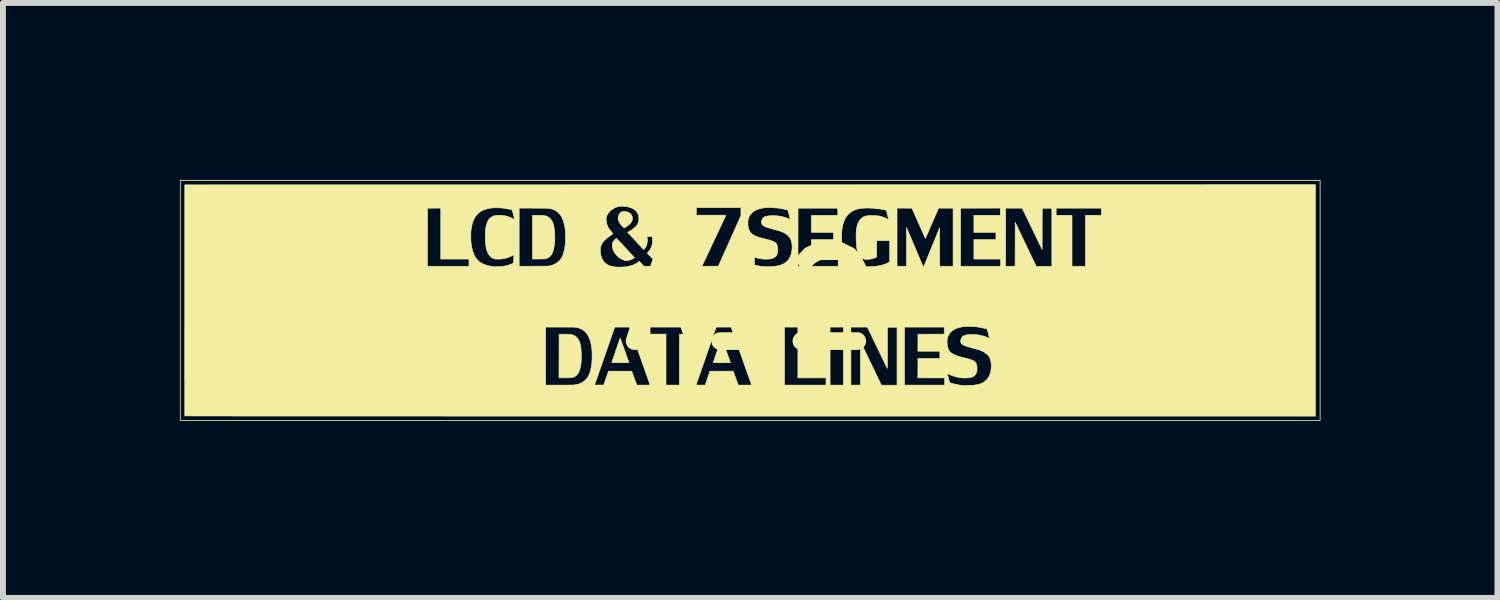
<source format=kicad_pcb>
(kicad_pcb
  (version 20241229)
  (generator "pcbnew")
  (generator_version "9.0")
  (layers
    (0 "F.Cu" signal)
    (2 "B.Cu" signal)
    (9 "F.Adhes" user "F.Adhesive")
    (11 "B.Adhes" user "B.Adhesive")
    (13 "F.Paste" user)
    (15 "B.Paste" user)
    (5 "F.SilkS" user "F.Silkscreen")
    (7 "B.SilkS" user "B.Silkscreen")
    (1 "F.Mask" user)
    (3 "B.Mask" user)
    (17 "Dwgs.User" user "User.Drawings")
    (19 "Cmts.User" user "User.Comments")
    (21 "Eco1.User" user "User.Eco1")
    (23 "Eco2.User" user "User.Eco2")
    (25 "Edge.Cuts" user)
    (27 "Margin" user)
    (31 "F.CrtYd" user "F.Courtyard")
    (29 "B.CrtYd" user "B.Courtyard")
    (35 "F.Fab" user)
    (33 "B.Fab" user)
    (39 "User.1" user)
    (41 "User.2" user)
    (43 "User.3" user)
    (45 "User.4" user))
  (footprint "A12"
    (layer "F.Cu")
    (at 9.666 2.042)
    (property "Reference" "A12" (at 0 0 0) (layer "F.SilkS") (effects (font (size 1.524 1.524) (thickness 0.3))))
    (attr through_hole)
    (fp_poly (pts (xy 9.661 2.037) (xy -9.661 2.037) (xy -9.661 -2.034) (xy -9.659 -2.034) (xy -9.659 2.034) (xy 9.659 2.034) (xy 9.659 -2.034) (xy -9.659 -2.034) (xy -9.661 -2.034) (xy -9.661 -2.037) (xy 9.661 -2.037) (xy 9.661 2.037)) (stroke (width 0.01) (type solid)) (fill yes) (layer "F.SilkS"))
    (fp_poly (pts (xy -2.132 -1.507) (xy -2.113 -1.505) (xy -2.094 -1.502) (xy -2.077 -1.497) (xy -2.064 -1.492) (xy -2.043 -1.48) (xy -2.025 -1.465) (xy -2.012 -1.447) (xy -2.002 -1.427) (xy -1.997 -1.405) (xy -1.996 -1.392) (xy -1.998 -1.37) (xy -2.003 -1.35) (xy -2.012 -1.331) (xy -2.026 -1.313) (xy -2.038 -1.299) (xy -2.049 -1.289) (xy -2.061 -1.278) (xy -2.075 -1.268) (xy -2.089 -1.257) (xy -2.103 -1.248) (xy -2.115 -1.24) (xy -2.126 -1.234) (xy -2.135 -1.23) (xy -2.139 -1.229) (xy -2.142 -1.231) (xy -2.148 -1.236) (xy -2.155 -1.244) (xy -2.164 -1.253) (xy -2.169 -1.259) (xy -2.179 -1.271) (xy -2.189 -1.282) (xy -2.197 -1.292) (xy -2.204 -1.299) (xy -2.205 -1.302) (xy -2.217 -1.32) (xy -2.227 -1.34) (xy -2.234 -1.361) (xy -2.238 -1.381) (xy -2.239 -1.399) (xy -2.239 -1.402) (xy -2.234 -1.425) (xy -2.227 -1.446) (xy -2.216 -1.466) (xy -2.203 -1.482) (xy -2.188 -1.495) (xy -2.177 -1.502) (xy -2.165 -1.506) (xy -2.15 -1.507) (xy -2.132 -1.507)) (stroke (width 0.01) (type solid)) (fill yes) (layer "F.SilkS"))
    (fp_poly (pts (xy -3.103 0.573) (xy -3.074 0.574) (xy -3.049 0.577) (xy -3.027 0.58) (xy -3.008 0.585) (xy -2.991 0.591) (xy -2.977 0.598) (xy -2.963 0.607) (xy -2.951 0.617) (xy -2.95 0.618) (xy -2.932 0.636) (xy -2.916 0.659) (xy -2.902 0.683) (xy -2.89 0.709) (xy -2.883 0.731) (xy -2.878 0.754) (xy -2.873 0.781) (xy -2.869 0.811) (xy -2.866 0.844) (xy -2.864 0.878) (xy -2.863 0.914) (xy -2.862 0.943) (xy -2.863 0.982) (xy -2.864 1.018) (xy -2.866 1.05) (xy -2.87 1.081) (xy -2.873 1.1) (xy -2.88 1.139) (xy -2.889 1.173) (xy -2.9 1.203) (xy -2.912 1.229) (xy -2.927 1.251) (xy -2.943 1.269) (xy -2.962 1.284) (xy -2.977 1.292) (xy -2.986 1.297) (xy -2.994 1.3) (xy -3.002 1.303) (xy -3.01 1.306) (xy -3.019 1.308) (xy -3.029 1.309) (xy -3.041 1.31) (xy -3.055 1.311) (xy -3.072 1.311) (xy -3.093 1.312) (xy -3.118 1.312) (xy -3.136 1.312) (xy -3.241 1.313) (xy -3.24 0.943) (xy -3.239 0.573) (xy -3.173 0.572) (xy -3.136 0.572) (xy -3.103 0.573)) (stroke (width 0.01) (type solid)) (fill yes) (layer "F.SilkS"))
    (fp_poly (pts (xy -3.596 -1.442) (xy -3.567 -1.441) (xy -3.543 -1.441) (xy -3.523 -1.44) (xy -3.507 -1.439) (xy -3.493 -1.438) (xy -3.48 -1.436) (xy -3.47 -1.433) (xy -3.46 -1.43) (xy -3.45 -1.427) (xy -3.44 -1.422) (xy -3.434 -1.419) (xy -3.413 -1.406) (xy -3.392 -1.389) (xy -3.374 -1.367) (xy -3.358 -1.343) (xy -3.345 -1.315) (xy -3.334 -1.285) (xy -3.334 -1.285) (xy -3.329 -1.265) (xy -3.325 -1.24) (xy -3.321 -1.212) (xy -3.318 -1.182) (xy -3.315 -1.15) (xy -3.313 -1.116) (xy -3.312 -1.083) (xy -3.312 -1.05) (xy -3.313 -1.019) (xy -3.314 -1.002) (xy -3.318 -0.954) (xy -3.324 -0.912) (xy -3.331 -0.873) (xy -3.34 -0.84) (xy -3.351 -0.81) (xy -3.363 -0.784) (xy -3.378 -0.763) (xy -3.394 -0.745) (xy -3.413 -0.73) (xy -3.424 -0.724) (xy -3.433 -0.719) (xy -3.442 -0.715) (xy -3.45 -0.712) (xy -3.459 -0.709) (xy -3.468 -0.707) (xy -3.479 -0.705) (xy -3.492 -0.704) (xy -3.507 -0.703) (xy -3.526 -0.702) (xy -3.548 -0.702) (xy -3.574 -0.702) (xy -3.587 -0.702) (xy -3.69 -0.701) (xy -3.69 -1.443) (xy -3.596 -1.442)) (stroke (width 0.01) (type solid)) (fill yes) (layer "F.SilkS"))
    (fp_poly (pts (xy -2.259 -1.046) (xy -2.257 -1.043) (xy -2.251 -1.037) (xy -2.243 -1.027) (xy -2.231 -1.015) (xy -2.217 -1) (xy -2.202 -0.983) (xy -2.184 -0.964) (xy -2.164 -0.943) (xy -2.144 -0.921) (xy -2.122 -0.897) (xy -2.108 -0.883) (xy -2.086 -0.859) (xy -2.065 -0.836) (xy -2.045 -0.815) (xy -2.026 -0.795) (xy -2.01 -0.777) (xy -1.995 -0.761) (xy -1.983 -0.748) (xy -1.973 -0.737) (xy -1.966 -0.729) (xy -1.962 -0.725) (xy -1.961 -0.724) (xy -1.963 -0.722) (xy -1.969 -0.719) (xy -1.977 -0.714) (xy -1.988 -0.708) (xy -1.993 -0.705) (xy -2.016 -0.694) (xy -2.036 -0.686) (xy -2.056 -0.681) (xy -2.076 -0.678) (xy -2.09 -0.677) (xy -2.103 -0.676) (xy -2.113 -0.677) (xy -2.123 -0.678) (xy -2.134 -0.681) (xy -2.136 -0.682) (xy -2.17 -0.695) (xy -2.203 -0.713) (xy -2.233 -0.734) (xy -2.254 -0.753) (xy -2.278 -0.78) (xy -2.299 -0.808) (xy -2.315 -0.837) (xy -2.327 -0.867) (xy -2.335 -0.897) (xy -2.338 -0.926) (xy -2.337 -0.951) (xy -2.331 -0.975) (xy -2.321 -0.997) (xy -2.306 -1.018) (xy -2.288 -1.036) (xy -2.277 -1.044) (xy -2.265 -1.052) (xy -2.259 -1.046)) (stroke (width 0.01) (type solid)) (fill yes) (layer "F.SilkS"))
    (fp_poly (pts (xy -2.204 0.642) (xy -2.203 0.644) (xy -2.201 0.648) (xy -2.199 0.655) (xy -2.195 0.665) (xy -2.191 0.676) (xy -2.185 0.691) (xy -2.179 0.709) (xy -2.171 0.73) (xy -2.162 0.754) (xy -2.152 0.782) (xy -2.141 0.813) (xy -2.128 0.848) (xy -2.114 0.888) (xy -2.099 0.931) (xy -2.082 0.979) (xy -2.063 1.031) (xy -2.055 1.054) (xy -2.057 1.055) (xy -2.065 1.055) (xy -2.076 1.056) (xy -2.092 1.056) (xy -2.112 1.056) (xy -2.136 1.056) (xy -2.164 1.056) (xy -2.195 1.057) (xy -2.2 1.057) (xy -2.23 1.056) (xy -2.257 1.056) (xy -2.282 1.056) (xy -2.302 1.056) (xy -2.32 1.056) (xy -2.333 1.055) (xy -2.342 1.055) (xy -2.346 1.054) (xy -2.347 1.054) (xy -2.346 1.052) (xy -2.344 1.044) (xy -2.34 1.033) (xy -2.335 1.019) (xy -2.329 1.001) (xy -2.322 0.981) (xy -2.314 0.958) (xy -2.306 0.934) (xy -2.297 0.908) (xy -2.288 0.882) (xy -2.279 0.854) (xy -2.27 0.827) (xy -2.26 0.8) (xy -2.251 0.774) (xy -2.243 0.749) (xy -2.234 0.725) (xy -2.227 0.704) (xy -2.22 0.685) (xy -2.215 0.669) (xy -2.21 0.656) (xy -2.207 0.647) (xy -2.205 0.642) (xy -2.205 0.641) (xy -2.204 0.642)) (stroke (width 0.01) (type solid)) (fill yes) (layer "F.SilkS"))
    (fp_poly (pts (xy -0.482 0.643) (xy -0.481 0.644) (xy -0.48 0.648) (xy -0.477 0.656) (xy -0.472 0.668) (xy -0.467 0.684) (xy -0.46 0.702) (xy -0.453 0.723) (xy -0.444 0.746) (xy -0.436 0.771) (xy -0.426 0.797) (xy -0.417 0.823) (xy -0.407 0.851) (xy -0.398 0.878) (xy -0.388 0.904) (xy -0.379 0.93) (xy -0.37 0.955) (xy -0.362 0.978) (xy -0.355 0.998) (xy -0.349 1.016) (xy -0.343 1.032) (xy -0.339 1.043) (xy -0.336 1.051) (xy -0.335 1.055) (xy -0.335 1.055) (xy -0.338 1.055) (xy -0.345 1.055) (xy -0.356 1.056) (xy -0.371 1.056) (xy -0.389 1.056) (xy -0.411 1.056) (xy -0.434 1.056) (xy -0.46 1.057) (xy -0.482 1.057) (xy -0.514 1.057) (xy -0.541 1.056) (xy -0.564 1.056) (xy -0.583 1.056) (xy -0.598 1.056) (xy -0.609 1.056) (xy -0.617 1.055) (xy -0.623 1.055) (xy -0.626 1.054) (xy -0.627 1.053) (xy -0.627 1.053) (xy -0.626 1.051) (xy -0.623 1.043) (xy -0.619 1.032) (xy -0.614 1.017) (xy -0.608 0.998) (xy -0.6 0.977) (xy -0.592 0.952) (xy -0.583 0.926) (xy -0.573 0.897) (xy -0.563 0.867) (xy -0.555 0.843) (xy -0.542 0.807) (xy -0.531 0.775) (xy -0.522 0.748) (xy -0.514 0.724) (xy -0.507 0.704) (xy -0.501 0.688) (xy -0.496 0.674) (xy -0.492 0.664) (xy -0.489 0.656) (xy -0.487 0.65) (xy -0.485 0.646) (xy -0.483 0.644) (xy -0.482 0.643) (xy -0.482 0.643)) (stroke (width 0.01) (type solid)) (fill yes) (layer "F.SilkS"))
    (fp_poly (pts (xy 9.582 1.961) (xy -0.000079 1.961) (xy -0.277 1.961) (xy -0.548 1.961) (xy -0.815 1.961) (xy -1.076 1.961) (xy -1.333 1.961) (xy -1.585 1.961) (xy -1.832 1.961) (xy -2.074 1.961) (xy -2.311 1.961) (xy -2.544 1.961) (xy -2.772 1.961) (xy -2.995 1.961) (xy -3.214 1.961) (xy -3.429 1.961) (xy -3.638 1.961) (xy -3.844 1.961) (xy -4.044 1.961) (xy -4.241 1.961) (xy -4.433 1.961) (xy -4.621 1.961) (xy -4.805 1.961) (xy -4.984 1.961) (xy -5.159 1.961) (xy -5.33 1.96) (xy -5.497 1.96) (xy -5.66 1.96) (xy -5.819 1.96) (xy -5.974 1.96) (xy -6.125 1.96) (xy -6.272 1.96) (xy -6.415 1.96) (xy -6.555 1.96) (xy -6.691 1.96) (xy -6.823 1.96) (xy -6.951 1.96) (xy -7.076 1.96) (xy -7.197 1.96) (xy -7.314 1.96) (xy -7.428 1.96) (xy -7.539 1.96) (xy -7.646 1.96) (xy -7.749 1.96) (xy -7.85 1.96) (xy -7.947 1.96) (xy -8.041 1.96) (xy -8.131 1.96) (xy -8.218 1.96) (xy -8.302 1.96) (xy -8.384 1.96) (xy -8.462 1.96) (xy -8.537 1.96) (xy -8.608 1.96) (xy -8.678 1.96) (xy -8.744 1.96) (xy -8.807 1.959) (xy -8.867 1.959) (xy -8.925 1.959) (xy -8.98 1.959) (xy -9.032 1.959) (xy -9.082 1.959) (xy -9.129 1.959) (xy -9.173 1.959) (xy -9.215 1.959) (xy -9.254 1.959) (xy -9.291 1.959) (xy -9.326 1.959) (xy -9.358 1.959) (xy -9.388 1.959) (xy -9.415 1.959) (xy -9.441 1.959) (xy -9.464 1.958) (xy -9.485 1.958) (xy -9.503 1.958) (xy -9.52 1.958) (xy -9.535 1.958) (xy -9.547 1.958) (xy -9.558 1.958) (xy -9.567 1.958) (xy -9.574 1.958) (xy -9.579 1.958) (xy -9.582 1.958) (xy -9.584 1.958) (xy -9.584 1.958) (xy -9.584 1.955) (xy -9.584 1.947) (xy -9.584 1.935) (xy -9.584 1.918) (xy -9.584 1.896) (xy -9.584 1.87) (xy -9.584 1.839) (xy -9.584 1.804) (xy -9.584 1.765) (xy -9.584 1.722) (xy -9.584 1.676) (xy -9.584 1.625) (xy -9.584 1.571) (xy -9.584 1.514) (xy -9.584 1.453) (xy -9.584 1.389) (xy -9.585 1.321) (xy -9.585 1.251) (xy -9.585 1.178) (xy -9.585 1.102) (xy -9.585 1.024) (xy -9.585 0.943) (xy -9.585 0.859) (xy -9.585 0.774) (xy -9.585 0.686) (xy -9.585 0.596) (xy -9.585 0.504) (xy -9.584 0.452) (xy -3.467 0.452) (xy -3.467 1.435) (xy -3.231 1.435) (xy -3.189 1.435) (xy -3.152 1.435) (xy -3.119 1.435) (xy -3.091 1.435) (xy -3.066 1.434) (xy -3.045 1.434) (xy -3.027 1.434) (xy -3.011 1.434) (xy -2.999 1.433) (xy -2.991 1.433) (xy -2.638 1.433) (xy -2.636 1.433) (xy -2.629 1.434) (xy -2.619 1.434) (xy -2.605 1.434) (xy -2.588 1.434) (xy -2.57 1.434) (xy -2.561 1.434) (xy -2.483 1.434) (xy -2.442 1.316) (xy -2.402 1.199) (xy -2.205 1.199) (xy -2.008 1.2) (xy -1.976 1.289) (xy -1.968 1.311) (xy -1.96 1.332) (xy -1.952 1.352) (xy -1.946 1.371) (xy -1.94 1.386) (xy -1.935 1.399) (xy -1.932 1.406) (xy -1.922 1.435) (xy -1.809 1.435) (xy -1.781 1.435) (xy -1.758 1.435) (xy -1.739 1.435) (xy -1.724 1.434) (xy -1.713 1.434) (xy -1.705 1.434) (xy -1.7 1.433) (xy -1.698 1.432) (xy -1.697 1.432) (xy -1.698 1.429) (xy -1.701 1.422) (xy -1.705 1.41) (xy -1.71 1.395) (xy -1.717 1.375) (xy -1.725 1.352) (xy -1.735 1.325) (xy -1.745 1.295) (xy -1.757 1.262) (xy -1.77 1.227) (xy -1.783 1.189) (xy -1.797 1.148) (xy -1.812 1.106) (xy -1.828 1.062) (xy -1.844 1.016) (xy -1.861 0.968) (xy -1.871 0.94) (xy -2.043 0.452) (xy -2.169 0.452) (xy -2.198 0.452) (xy -2.222 0.452) (xy -2.242 0.452) (xy -2.257 0.452) (xy -2.27 0.453) (xy -2.279 0.453) (xy -2.286 0.453) (xy -2.291 0.454) (xy -2.294 0.454) (xy -2.296 0.455) (xy -2.297 0.456) (xy -2.297 0.457) (xy -2.298 0.459) (xy -2.301 0.467) (xy -2.305 0.478) (xy -2.31 0.494) (xy -2.317 0.514) (xy -2.325 0.537) (xy -2.335 0.564) (xy -2.345 0.594) (xy -2.357 0.627) (xy -2.369 0.663) (xy -2.382 0.701) (xy -2.396 0.741) (xy -2.411 0.784) (xy -2.427 0.828) (xy -2.443 0.874) (xy -2.459 0.922) (xy -2.468 0.946) (xy -2.484 0.994) (xy -2.501 1.04) (xy -2.516 1.086) (xy -2.531 1.129) (xy -2.546 1.17) (xy -2.56 1.21) (xy -2.573 1.247) (xy -2.584 1.281) (xy -2.595 1.312) (xy -2.605 1.34) (xy -2.614 1.365) (xy -2.622 1.387) (xy -2.628 1.404) (xy -2.632 1.418) (xy -2.636 1.427) (xy -2.638 1.432) (xy -2.638 1.433) (xy -2.991 1.433) (xy -2.988 1.433) (xy -2.98 1.432) (xy -2.973 1.432) (xy -2.968 1.431) (xy -2.93 1.424) (xy -2.896 1.414) (xy -2.864 1.401) (xy -2.837 1.385) (xy -2.812 1.366) (xy -2.789 1.346) (xy -2.77 1.324) (xy -2.752 1.3) (xy -2.737 1.273) (xy -2.724 1.244) (xy -2.712 1.21) (xy -2.703 1.173) (xy -2.694 1.132) (xy -2.687 1.087) (xy -2.686 1.075) (xy -2.684 1.06) (xy -2.683 1.042) (xy -2.682 1.02) (xy -2.681 0.996) (xy -2.68 0.97) (xy -2.68 0.945) (xy -2.68 0.919) (xy -2.68 0.896) (xy -2.681 0.875) (xy -2.681 0.857) (xy -2.682 0.853) (xy -2.687 0.802) (xy -2.694 0.754) (xy -2.704 0.71) (xy -2.716 0.67) (xy -2.731 0.632) (xy -2.742 0.609) (xy -2.761 0.575) (xy -2.783 0.546) (xy -2.808 0.521) (xy -2.836 0.5) (xy -2.868 0.483) (xy -2.902 0.469) (xy -2.94 0.459) (xy -2.96 0.456) (xy -2.965 0.455) (xy -2.971 0.455) (xy -2.978 0.454) (xy -2.987 0.454) (xy -2.998 0.453) (xy -3.01 0.453) (xy -3.026 0.453) (xy -3.044 0.453) (xy -3.065 0.452) (xy -3.09 0.452) (xy -3.119 0.452) (xy -3.152 0.452) (xy -3.189 0.452) (xy -3.226 0.452) (xy -1.697 0.452) (xy -1.697 0.571) (xy -1.427 0.571) (xy -1.427 1.435) (xy -1.201 1.435) (xy -1.201 1.432) (xy -0.916 1.432) (xy -0.916 1.433) (xy -0.913 1.433) (xy -0.909 1.434) (xy -0.901 1.434) (xy -0.89 1.435) (xy -0.875 1.435) (xy -0.856 1.435) (xy -0.84 1.435) (xy -0.763 1.435) (xy -0.722 1.317) (xy -0.682 1.2) (xy -0.485 1.199) (xy -0.288 1.199) (xy -0.245 1.317) (xy -0.202 1.435) (xy -0.089 1.435) (xy -0.062 1.435) (xy -0.04 1.435) (xy -0.022 1.435) (xy -0.008 1.435) (xy 0.003 1.434) (xy 0.011 1.434) (xy 0.016 1.434) (xy 0.02 1.433) (xy 0.022 1.432) (xy 0.022 1.431) (xy 0.022 1.431) (xy 0.021 1.428) (xy 0.019 1.42) (xy 0.015 1.409) (xy 0.009 1.393) (xy 0.002 1.373) (xy -0.006 1.35) (xy -0.015 1.323) (xy -0.026 1.293) (xy -0.038 1.261) (xy -0.05 1.225) (xy -0.063 1.187) (xy -0.078 1.147) (xy -0.093 1.105) (xy -0.108 1.061) (xy -0.124 1.015) (xy -0.141 0.968) (xy -0.146 0.954) (xy -0.163 0.906) (xy -0.179 0.86) (xy -0.195 0.815) (xy -0.21 0.772) (xy -0.225 0.731) (xy -0.239 0.691) (xy -0.252 0.654) (xy -0.264 0.62) (xy -0.275 0.589) (xy -0.285 0.56) (xy -0.294 0.535) (xy -0.302 0.513) (xy -0.308 0.496) (xy -0.313 0.482) (xy -0.316 0.472) (xy -0.318 0.467) (xy -0.318 0.467) (xy -0.323 0.452) (xy 0.582 0.452) (xy 0.582 1.435) (xy 1.285 1.435) (xy 1.285 1.313) (xy 0.808 1.313) (xy 0.808 0.452) (xy 1.354 0.452) (xy 1.354 1.435) (xy 1.58 1.435) (xy 1.58 0.452) (xy 1.707 0.452) (xy 1.707 1.435) (xy 1.867 1.435) (xy 1.867 1.065) (xy 1.868 0.694) (xy 2.046 1.066) (xy 2.224 1.437) (xy 2.489 1.437) (xy 2.489 0.455) (xy 2.326 0.455) (xy 2.326 0.804) (xy 2.326 0.853) (xy 2.326 0.899) (xy 2.326 0.942) (xy 2.326 0.981) (xy 2.326 1.017) (xy 2.326 1.049) (xy 2.326 1.077) (xy 2.325 1.1) (xy 2.325 1.12) (xy 2.325 1.135) (xy 2.325 1.145) (xy 2.324 1.151) (xy 2.324 1.152) (xy 2.323 1.149) (xy 2.319 1.142) (xy 2.314 1.131) (xy 2.307 1.117) (xy 2.298 1.098) (xy 2.287 1.077) (xy 2.275 1.052) (xy 2.262 1.025) (xy 2.247 0.995) (xy 2.232 0.963) (xy 2.215 0.929) (xy 2.198 0.893) (xy 2.18 0.855) (xy 2.162 0.818) (xy 2.143 0.779) (xy 2.125 0.741) (xy 2.107 0.705) (xy 2.09 0.67) (xy 2.074 0.637) (xy 2.06 0.606) (xy 2.046 0.577) (xy 2.033 0.552) (xy 2.022 0.529) (xy 2.013 0.509) (xy 2.005 0.493) (xy 1.999 0.481) (xy 1.995 0.473) (xy 1.993 0.469) (xy 1.985 0.452) (xy 2.616 0.452) (xy 2.616 1.435) (xy 3.297 1.435) (xy 3.295 1.314) (xy 3.069 1.314) (xy 2.842 1.313) (xy 2.843 1.149) (xy 2.843 0.984) (xy 3.029 0.984) (xy 3.215 0.983) (xy 3.215 0.861) (xy 2.842 0.861) (xy 2.843 0.717) (xy 2.843 0.715) (xy 3.337 0.715) (xy 3.338 0.727) (xy 3.341 0.76) (xy 3.346 0.788) (xy 3.354 0.814) (xy 3.364 0.837) (xy 3.374 0.854) (xy 3.388 0.871) (xy 3.404 0.886) (xy 3.424 0.901) (xy 3.449 0.915) (xy 3.459 0.92) (xy 3.473 0.926) (xy 3.488 0.932) (xy 3.504 0.938) (xy 3.521 0.944) (xy 3.54 0.95) (xy 3.562 0.956) (xy 3.588 0.963) (xy 3.617 0.97) (xy 3.646 0.977) (xy 3.674 0.984) (xy 3.702 0.992) (xy 3.729 1) (xy 3.753 1.009) (xy 3.773 1.017) (xy 3.776 1.019) (xy 3.796 1.03) (xy 3.812 1.044) (xy 3.825 1.06) (xy 3.834 1.079) (xy 3.841 1.101) (xy 3.844 1.127) (xy 3.845 1.157) (xy 3.844 1.161) (xy 3.844 1.177) (xy 3.843 1.189) (xy 3.842 1.199) (xy 3.84 1.208) (xy 3.837 1.218) (xy 3.837 1.218) (xy 3.828 1.24) (xy 3.817 1.258) (xy 3.804 1.273) (xy 3.787 1.286) (xy 3.768 1.296) (xy 3.744 1.304) (xy 3.716 1.31) (xy 3.693 1.313) (xy 3.675 1.315) (xy 3.654 1.315) (xy 3.63 1.315) (xy 3.606 1.314) (xy 3.583 1.312) (xy 3.562 1.31) (xy 3.558 1.309) (xy 3.528 1.304) (xy 3.495 1.296) (xy 3.46 1.286) (xy 3.426 1.275) (xy 3.393 1.263) (xy 3.376 1.255) (xy 3.364 1.251) (xy 3.354 1.247) (xy 3.347 1.244) (xy 3.343 1.243) (xy 3.343 1.243) (xy 3.343 1.246) (xy 3.345 1.253) (xy 3.347 1.263) (xy 3.35 1.276) (xy 3.354 1.291) (xy 3.358 1.307) (xy 3.362 1.323) (xy 3.366 1.34) (xy 3.37 1.355) (xy 3.374 1.368) (xy 3.377 1.379) (xy 3.38 1.387) (xy 3.381 1.391) (xy 3.381 1.391) (xy 3.387 1.394) (xy 3.397 1.399) (xy 3.41 1.403) (xy 3.427 1.408) (xy 3.446 1.413) (xy 3.466 1.418) (xy 3.488 1.423) (xy 3.509 1.427) (xy 3.53 1.431) (xy 3.55 1.435) (xy 3.568 1.437) (xy 3.572 1.437) (xy 3.585 1.439) (xy 3.596 1.44) (xy 3.605 1.441) (xy 3.609 1.441) (xy 3.617 1.442) (xy 3.63 1.442) (xy 3.646 1.442) (xy 3.664 1.442) (xy 3.684 1.442) (xy 3.705 1.441) (xy 3.726 1.44) (xy 3.746 1.44) (xy 3.764 1.439) (xy 3.779 1.438) (xy 3.791 1.437) (xy 3.796 1.436) (xy 3.836 1.43) (xy 3.872 1.421) (xy 3.904 1.412) (xy 3.932 1.4) (xy 3.957 1.386) (xy 3.98 1.37) (xy 4 1.352) (xy 4.005 1.347) (xy 4.028 1.32) (xy 4.047 1.29) (xy 4.062 1.257) (xy 4.073 1.222) (xy 4.081 1.183) (xy 4.085 1.142) (xy 4.086 1.096) (xy 4.086 1.092) (xy 4.083 1.056) (xy 4.078 1.024) (xy 4.07 0.996) (xy 4.059 0.97) (xy 4.045 0.947) (xy 4.027 0.925) (xy 4.004 0.905) (xy 3.979 0.887) (xy 3.959 0.874) (xy 3.94 0.864) (xy 3.921 0.854) (xy 3.9 0.846) (xy 3.877 0.838) (xy 3.851 0.83) (xy 3.821 0.822) (xy 3.819 0.822) (xy 3.796 0.816) (xy 3.772 0.809) (xy 3.747 0.802) (xy 3.723 0.795) (xy 3.699 0.788) (xy 3.677 0.781) (xy 3.658 0.774) (xy 3.641 0.769) (xy 3.628 0.764) (xy 3.621 0.761) (xy 3.601 0.75) (xy 3.586 0.738) (xy 3.576 0.724) (xy 3.569 0.709) (xy 3.568 0.691) (xy 3.569 0.674) (xy 3.575 0.651) (xy 3.585 0.631) (xy 3.597 0.615) (xy 3.612 0.603) (xy 3.621 0.598) (xy 3.634 0.594) (xy 3.65 0.589) (xy 3.667 0.585) (xy 3.672 0.584) (xy 3.69 0.582) (xy 3.712 0.58) (xy 3.737 0.579) (xy 3.763 0.579) (xy 3.79 0.579) (xy 3.817 0.58) (xy 3.843 0.582) (xy 3.867 0.585) (xy 3.869 0.585) (xy 3.903 0.592) (xy 3.938 0.6) (xy 3.972 0.61) (xy 4.003 0.621) (xy 4.03 0.632) (xy 4.04 0.637) (xy 4.049 0.641) (xy 4.054 0.643) (xy 4.056 0.643) (xy 4.055 0.64) (xy 4.054 0.632) (xy 4.051 0.622) (xy 4.048 0.608) (xy 4.044 0.593) (xy 4.039 0.576) (xy 4.035 0.559) (xy 4.031 0.542) (xy 4.026 0.526) (xy 4.023 0.512) (xy 4.019 0.501) (xy 4.017 0.492) (xy 4.015 0.487) (xy 4.015 0.487) (xy 4.011 0.484) (xy 4.003 0.481) (xy 3.99 0.478) (xy 3.975 0.474) (xy 3.958 0.47) (xy 3.938 0.466) (xy 3.918 0.462) (xy 3.897 0.458) (xy 3.877 0.454) (xy 3.858 0.451) (xy 3.84 0.449) (xy 3.837 0.448) (xy 3.821 0.447) (xy 3.801 0.445) (xy 3.776 0.444) (xy 3.747 0.443) (xy 3.722 0.443) (xy 3.699 0.442) (xy 3.68 0.442) (xy 3.664 0.442) (xy 3.651 0.442) (xy 3.64 0.443) (xy 3.631 0.443) (xy 3.621 0.444) (xy 3.611 0.446) (xy 3.603 0.447) (xy 3.559 0.455) (xy 3.52 0.466) (xy 3.484 0.479) (xy 3.452 0.496) (xy 3.424 0.515) (xy 3.403 0.534) (xy 3.382 0.559) (xy 3.364 0.586) (xy 3.351 0.614) (xy 3.342 0.645) (xy 3.337 0.679) (xy 3.337 0.715) (xy 2.843 0.715) (xy 2.843 0.573) (xy 3.066 0.572) (xy 3.289 0.571) (xy 3.289 0.452) (xy 2.616 0.452) (xy 1.985 0.452) (xy 1.707 0.452) (xy 1.58 0.452) (xy 1.354 0.452) (xy 0.808 0.452) (xy 0.582 0.452) (xy -0.323 0.452) (xy -0.576 0.452) (xy -0.746 0.94) (xy -0.762 0.988) (xy -0.779 1.035) (xy -0.794 1.08) (xy -0.81 1.124) (xy -0.824 1.166) (xy -0.838 1.205) (xy -0.851 1.242) (xy -0.863 1.277) (xy -0.874 1.308) (xy -0.884 1.337) (xy -0.892 1.362) (xy -0.9 1.384) (xy -0.906 1.402) (xy -0.911 1.416) (xy -0.914 1.425) (xy -0.916 1.431) (xy -0.916 1.432) (xy -1.201 1.432) (xy -1.201 1.004) (xy -1.2 0.573) (xy -1.066 0.572) (xy -0.932 0.571) (xy -0.932 0.452) (xy -1.697 0.452) (xy -3.226 0.452) (xy -3.467 0.452) (xy -9.584 0.452) (xy -9.584 0.411) (xy -9.584 0.316) (xy -9.584 0.219) (xy -9.584 0.121) (xy -9.584 0.022) (xy -9.584 -0.003) (xy -9.584 -0.579) (xy -5.471 -0.579) (xy -4.767 -0.579) (xy -4.767 -0.701) (xy -5.245 -0.701) (xy -5.245 -1.109) (xy -4.736 -1.109) (xy -4.736 -1.084) (xy -4.736 -1.059) (xy -4.735 -1.034) (xy -4.734 -1.01) (xy -4.732 -0.989) (xy -4.731 -0.971) (xy -4.73 -0.966) (xy -4.722 -0.913) (xy -4.711 -0.863) (xy -4.697 -0.817) (xy -4.681 -0.776) (xy -4.662 -0.739) (xy -4.64 -0.707) (xy -4.616 -0.678) (xy -4.589 -0.654) (xy -4.587 -0.653) (xy -4.554 -0.632) (xy -4.518 -0.614) (xy -4.478 -0.599) (xy -4.435 -0.587) (xy -4.387 -0.578) (xy -4.35 -0.574) (xy -4.336 -0.573) (xy -4.318 -0.573) (xy -4.298 -0.573) (xy -4.276 -0.573) (xy -4.254 -0.573) (xy -4.233 -0.574) (xy -4.215 -0.575) (xy -4.201 -0.577) (xy -4.187 -0.579) (xy -3.916 -0.579) (xy -3.669 -0.58) (xy -3.628 -0.58) (xy -3.591 -0.58) (xy -3.558 -0.58) (xy -3.53 -0.581) (xy -3.505 -0.581) (xy -3.484 -0.581) (xy -3.466 -0.581) (xy -3.451 -0.582) (xy -3.439 -0.582) (xy -3.429 -0.582) (xy -3.42 -0.583) (xy -3.414 -0.583) (xy -3.409 -0.584) (xy -3.404 -0.585) (xy -3.403 -0.585) (xy -3.37 -0.593) (xy -3.342 -0.602) (xy -3.316 -0.613) (xy -3.292 -0.627) (xy -3.276 -0.637) (xy -3.25 -0.658) (xy -3.228 -0.68) (xy -3.208 -0.706) (xy -3.191 -0.735) (xy -3.176 -0.767) (xy -3.164 -0.802) (xy -3.153 -0.842) (xy -3.15 -0.858) (xy -2.54 -0.858) (xy -2.54 -0.855) (xy -2.538 -0.814) (xy -2.533 -0.776) (xy -2.524 -0.74) (xy -2.522 -0.735) (xy -2.51 -0.705) (xy -2.496 -0.679) (xy -2.479 -0.655) (xy -2.473 -0.648) (xy -2.452 -0.629) (xy -2.43 -0.612) (xy -2.405 -0.598) (xy -2.378 -0.587) (xy -2.347 -0.577) (xy -2.312 -0.571) (xy -2.291 -0.568) (xy -2.278 -0.566) (xy -2.26 -0.565) (xy -2.239 -0.565) (xy -2.217 -0.565) (xy -2.193 -0.565) (xy -2.17 -0.566) (xy -2.149 -0.567) (xy -2.129 -0.568) (xy -2.113 -0.569) (xy -2.107 -0.57) (xy -2.072 -0.576) (xy -2.038 -0.584) (xy -2.008 -0.593) (xy -1.98 -0.602) (xy -1.957 -0.612) (xy -1.951 -0.615) (xy -1.941 -0.621) (xy -1.928 -0.628) (xy -1.915 -0.637) (xy -1.906 -0.644) (xy -1.881 -0.663) (xy -1.8 -0.579) (xy -1.525 -0.579) (xy -1.746 -0.8) (xy -1.736 -0.811) (xy -1.715 -0.837) (xy -1.696 -0.865) (xy -1.681 -0.893) (xy -1.669 -0.922) (xy -1.661 -0.949) (xy -1.658 -0.961) (xy -1.657 -0.974) (xy -1.656 -0.991) (xy -1.657 -1.01) (xy -1.658 -1.029) (xy -1.659 -1.047) (xy -1.661 -1.062) (xy -1.662 -1.064) (xy -1.665 -1.081) (xy -1.707 -1.081) (xy -1.724 -1.081) (xy -1.736 -1.081) (xy -1.745 -1.081) (xy -1.749 -1.08) (xy -1.75 -1.08) (xy -1.749 -1.076) (xy -1.748 -1.069) (xy -1.746 -1.06) (xy -1.746 -1.06) (xy -1.744 -1.05) (xy -1.743 -1.039) (xy -1.743 -1.026) (xy -1.743 -1.01) (xy -1.746 -0.978) (xy -1.752 -0.949) (xy -1.762 -0.923) (xy -1.775 -0.898) (xy -1.788 -0.88) (xy -1.795 -0.872) (xy -1.8 -0.865) (xy -1.803 -0.862) (xy -1.804 -0.861) (xy -1.806 -0.863) (xy -1.811 -0.868) (xy -1.819 -0.876) (xy -1.829 -0.887) (xy -1.842 -0.9) (xy -1.856 -0.916) (xy -1.872 -0.933) (xy -1.889 -0.951) (xy -1.907 -0.97) (xy -1.925 -0.99) (xy -1.944 -1.01) (xy -1.963 -1.03) (xy -1.981 -1.05) (xy -1.999 -1.069) (xy -2.015 -1.087) (xy -2.031 -1.103) (xy -2.044 -1.118) (xy -2.056 -1.13) (xy -2.065 -1.14) (xy -2.072 -1.147) (xy -2.075 -1.152) (xy -2.076 -1.152) (xy -2.076 -1.155) (xy -2.072 -1.158) (xy -2.066 -1.161) (xy -2.05 -1.169) (xy -2.031 -1.18) (xy -2.011 -1.193) (xy -1.991 -1.208) (xy -1.971 -1.223) (xy -1.954 -1.237) (xy -1.941 -1.249) (xy -1.922 -1.271) (xy -1.907 -1.295) (xy -1.896 -1.321) (xy -1.89 -1.35) (xy -1.887 -1.381) (xy -1.888 -1.399) (xy -1.891 -1.431) (xy -1.899 -1.459) (xy -1.911 -1.485) (xy -1.928 -1.508) (xy -1.949 -1.529) (xy -1.974 -1.547) (xy -2.004 -1.563) (xy -2.027 -1.572) (xy -0.914 -1.572) (xy -0.914 -1.445) (xy -0.663 -1.445) (xy -0.62 -1.445) (xy -0.582 -1.445) (xy -0.549 -1.445) (xy -0.52 -1.445) (xy -0.495 -1.445) (xy -0.473 -1.445) (xy -0.456 -1.444) (xy -0.442 -1.444) (xy -0.431 -1.444) (xy -0.422 -1.443) (xy -0.417 -1.443) (xy -0.413 -1.443) (xy -0.412 -1.442) (xy -0.412 -1.442) (xy -0.413 -1.439) (xy -0.417 -1.432) (xy -0.422 -1.421) (xy -0.429 -1.406) (xy -0.437 -1.388) (xy -0.447 -1.366) (xy -0.459 -1.342) (xy -0.472 -1.315) (xy -0.485 -1.285) (xy -0.5 -1.254) (xy -0.516 -1.22) (xy -0.532 -1.185) (xy -0.549 -1.149) (xy -0.567 -1.112) (xy -0.585 -1.074) (xy -0.603 -1.036) (xy -0.621 -0.997) (xy -0.639 -0.959) (xy -0.657 -0.921) (xy -0.674 -0.884) (xy -0.691 -0.847) (xy -0.708 -0.812) (xy -0.724 -0.778) (xy -0.739 -0.747) (xy -0.753 -0.717) (xy -0.766 -0.689) (xy -0.777 -0.664) (xy -0.788 -0.643) (xy -0.796 -0.624) (xy -0.804 -0.609) (xy -0.809 -0.597) (xy -0.813 -0.589) (xy -0.814 -0.586) (xy -0.814 -0.586) (xy -0.818 -0.579) (xy -0.679 -0.58) (xy -0.54 -0.58) (xy -0.349 -1.008) (xy -0.215 -1.307) (xy -0.039 -1.307) (xy -0.038 -1.276) (xy -0.035 -1.25) (xy -0.03 -1.226) (xy -0.023 -1.203) (xy -0.014 -1.182) (xy -0.002 -1.16) (xy 0.013 -1.142) (xy 0.031 -1.126) (xy 0.044 -1.116) (xy 0.059 -1.107) (xy 0.075 -1.098) (xy 0.092 -1.09) (xy 0.11 -1.082) (xy 0.131 -1.075) (xy 0.154 -1.067) (xy 0.181 -1.06) (xy 0.211 -1.052) (xy 0.246 -1.043) (xy 0.265 -1.039) (xy 0.302 -1.03) (xy 0.334 -1.02) (xy 0.363 -1.011) (xy 0.388 -1.001) (xy 0.408 -0.991) (xy 0.424 -0.981) (xy 0.433 -0.974) (xy 0.446 -0.959) (xy 0.455 -0.942) (xy 0.462 -0.922) (xy 0.466 -0.899) (xy 0.468 -0.873) (xy 0.468 -0.864) (xy 0.468 -0.841) (xy 0.466 -0.823) (xy 0.463 -0.807) (xy 0.459 -0.792) (xy 0.452 -0.777) (xy 0.452 -0.776) (xy 0.441 -0.757) (xy 0.428 -0.742) (xy 0.411 -0.729) (xy 0.391 -0.719) (xy 0.367 -0.71) (xy 0.339 -0.704) (xy 0.314 -0.701) (xy 0.274 -0.699) (xy 0.231 -0.7) (xy 0.187 -0.705) (xy 0.141 -0.713) (xy 0.094 -0.725) (xy 0.048 -0.74) (xy 0.002 -0.758) (xy -0.007 -0.762) (xy -0.019 -0.767) (xy -0.028 -0.77) (xy -0.033 -0.772) (xy -0.035 -0.771) (xy -0.035 -0.77) (xy -0.034 -0.766) (xy -0.031 -0.758) (xy -0.029 -0.747) (xy -0.025 -0.734) (xy -0.021 -0.718) (xy -0.017 -0.702) (xy -0.013 -0.686) (xy -0.009 -0.67) (xy -0.005 -0.655) (xy -0.002 -0.642) (xy 0.000441 -0.632) (xy 0.002 -0.626) (xy 0.003 -0.624) (xy 0.005 -0.622) (xy 0.011 -0.62) (xy 0.019 -0.617) (xy 0.025 -0.615) (xy 0.046 -0.608) (xy 0.071 -0.601) (xy 0.099 -0.594) (xy 0.128 -0.588) (xy 0.156 -0.583) (xy 0.184 -0.578) (xy 0.199 -0.577) (xy 0.233 -0.574) (xy 0.27 -0.572) (xy 0.307 -0.572) (xy 0.343 -0.572) (xy 0.378 -0.574) (xy 0.4 -0.576) (xy 0.42 -0.579) (xy 0.81 -0.579) (xy 1.491 -0.579) (xy 1.491 -0.701) (xy 1.036 -0.701) (xy 1.037 -0.865) (xy 1.037 -1.03) (xy 1.225 -1.031) (xy 1.412 -1.031) (xy 1.412 -1.09) (xy 1.549 -1.09) (xy 1.549 -1.062) (xy 1.55 -1.033) (xy 1.551 -1.005) (xy 1.553 -0.977) (xy 1.556 -0.952) (xy 1.557 -0.94) (xy 1.564 -0.895) (xy 1.572 -0.855) (xy 1.582 -0.818) (xy 1.593 -0.785) (xy 1.607 -0.755) (xy 1.623 -0.728) (xy 1.641 -0.703) (xy 1.662 -0.68) (xy 1.662 -0.679) (xy 1.687 -0.657) (xy 1.713 -0.638) (xy 1.742 -0.621) (xy 1.774 -0.607) (xy 1.81 -0.595) (xy 1.849 -0.586) (xy 1.892 -0.579) (xy 1.939 -0.573) (xy 1.942 -0.573) (xy 1.954 -0.572) (xy 1.97 -0.572) (xy 1.989 -0.572) (xy 2.01 -0.572) (xy 2.031 -0.572) (xy 2.051 -0.573) (xy 2.069 -0.574) (xy 2.07 -0.574) (xy 2.109 -0.577) (xy 2.126 -0.579) (xy 2.489 -0.579) (xy 2.649 -0.579) (xy 2.65 -0.908) (xy 2.65 -1.237) (xy 2.787 -0.913) (xy 2.807 -0.865) (xy 2.825 -0.822) (xy 2.842 -0.783) (xy 2.857 -0.748) (xy 2.87 -0.716) (xy 2.881 -0.689) (xy 2.892 -0.665) (xy 2.901 -0.644) (xy 2.908 -0.626) (xy 2.915 -0.61) (xy 2.92 -0.598) (xy 2.925 -0.587) (xy 2.928 -0.579) (xy 2.931 -0.572) (xy 2.934 -0.568) (xy 2.935 -0.564) (xy 2.936 -0.562) (xy 2.937 -0.561) (xy 2.938 -0.561) (xy 2.938 -0.561) (xy 2.938 -0.562) (xy 2.938 -0.563) (xy 2.938 -0.564) (xy 2.938 -0.564) (xy 2.939 -0.567) (xy 2.942 -0.574) (xy 2.947 -0.585) (xy 2.953 -0.6) (xy 2.961 -0.619) (xy 2.97 -0.642) (xy 2.981 -0.667) (xy 2.992 -0.695) (xy 3.005 -0.726) (xy 3.018 -0.759) (xy 3.032 -0.794) (xy 3.047 -0.831) (xy 3.063 -0.869) (xy 3.076 -0.901) (xy 3.212 -1.234) (xy 3.212 -0.907) (xy 3.213 -0.579) (xy 3.439 -0.579) (xy 3.566 -0.579) (xy 4.244 -0.579) (xy 4.33 -0.579) (xy 4.49 -0.579) (xy 4.491 -0.951) (xy 4.492 -1.324) (xy 4.67 -0.95) (xy 4.849 -0.577) (xy 5.113 -0.577) (xy 5.113 -1.562) (xy 4.95 -1.562) (xy 4.949 -1.212) (xy 4.949 -0.862) (xy 4.78 -1.213) (xy 4.61 -1.563) (xy 4.47 -1.564) (xy 4.339 -1.564) (xy 5.186 -1.564) (xy 5.186 -1.443) (xy 5.455 -1.443) (xy 5.455 -0.579) (xy 5.681 -0.579) (xy 5.681 -1.443) (xy 5.951 -1.443) (xy 5.951 -1.564) (xy 5.186 -1.564) (xy 4.339 -1.564) (xy 4.33 -1.565) (xy 4.33 -0.579) (xy 4.244 -0.579) (xy 4.244 -0.701) (xy 3.792 -0.701) (xy 3.792 -1.031) (xy 4.165 -1.031) (xy 4.165 -1.153) (xy 3.792 -1.153) (xy 3.792 -1.443) (xy 4.239 -1.443) (xy 4.239 -1.565) (xy 3.567 -1.563) (xy 3.566 -1.071) (xy 3.566 -0.579) (xy 3.439 -0.579) (xy 3.439 -1.564) (xy 3.193 -1.564) (xy 3.082 -1.307) (xy 3.067 -1.273) (xy 3.053 -1.24) (xy 3.039 -1.209) (xy 3.026 -1.179) (xy 3.015 -1.152) (xy 3.004 -1.128) (xy 2.994 -1.106) (xy 2.986 -1.088) (xy 2.979 -1.072) (xy 2.974 -1.061) (xy 2.971 -1.054) (xy 2.969 -1.05) (xy 2.969 -1.05) (xy 2.968 -1.053) (xy 2.965 -1.059) (xy 2.96 -1.07) (xy 2.954 -1.085) (xy 2.946 -1.103) (xy 2.936 -1.124) (xy 2.926 -1.148) (xy 2.914 -1.174) (xy 2.901 -1.203) (xy 2.887 -1.234) (xy 2.873 -1.267) (xy 2.858 -1.3) (xy 2.855 -1.307) (xy 2.741 -1.563) (xy 2.615 -1.564) (xy 2.489 -1.565) (xy 2.489 -0.579) (xy 2.126 -0.579) (xy 2.145 -0.581) (xy 2.179 -0.587) (xy 2.214 -0.594) (xy 2.25 -0.603) (xy 2.255 -0.605) (xy 2.276 -0.611) (xy 2.295 -0.618) (xy 2.312 -0.625) (xy 2.329 -0.634) (xy 2.34 -0.64) (xy 2.365 -0.654) (xy 2.365 -1.013) (xy 2.145 -1.012) (xy 2.144 -0.874) (xy 2.144 -0.735) (xy 2.126 -0.727) (xy 2.105 -0.717) (xy 2.083 -0.709) (xy 2.059 -0.704) (xy 2.034 -0.7) (xy 2.005 -0.697) (xy 1.994 -0.697) (xy 1.972 -0.696) (xy 1.955 -0.697) (xy 1.939 -0.699) (xy 1.925 -0.703) (xy 1.911 -0.709) (xy 1.905 -0.712) (xy 1.885 -0.724) (xy 1.867 -0.741) (xy 1.851 -0.762) (xy 1.837 -0.787) (xy 1.824 -0.815) (xy 1.815 -0.846) (xy 1.813 -0.852) (xy 1.809 -0.874) (xy 1.805 -0.9) (xy 1.802 -0.93) (xy 1.799 -0.963) (xy 1.797 -0.997) (xy 1.796 -1.032) (xy 1.795 -1.067) (xy 1.795 -1.101) (xy 1.796 -1.135) (xy 1.797 -1.165) (xy 1.799 -1.193) (xy 1.802 -1.213) (xy 1.81 -1.254) (xy 1.821 -1.291) (xy 1.835 -1.324) (xy 1.851 -1.353) (xy 1.871 -1.377) (xy 1.893 -1.398) (xy 1.918 -1.414) (xy 1.945 -1.426) (xy 1.96 -1.43) (xy 1.979 -1.434) (xy 2.003 -1.437) (xy 2.03 -1.439) (xy 2.059 -1.439) (xy 2.089 -1.439) (xy 2.108 -1.438) (xy 2.125 -1.437) (xy 2.143 -1.435) (xy 2.159 -1.434) (xy 2.173 -1.432) (xy 2.182 -1.431) (xy 2.202 -1.427) (xy 2.225 -1.42) (xy 2.25 -1.413) (xy 2.273 -1.404) (xy 2.296 -1.395) (xy 2.316 -1.385) (xy 2.332 -1.376) (xy 2.332 -1.376) (xy 2.339 -1.371) (xy 2.345 -1.369) (xy 2.347 -1.369) (xy 2.347 -1.369) (xy 2.346 -1.372) (xy 2.345 -1.379) (xy 2.342 -1.389) (xy 2.339 -1.402) (xy 2.335 -1.417) (xy 2.331 -1.434) (xy 2.327 -1.45) (xy 2.323 -1.467) (xy 2.32 -1.482) (xy 2.316 -1.496) (xy 2.313 -1.507) (xy 2.311 -1.515) (xy 2.311 -1.517) (xy 2.31 -1.521) (xy 2.307 -1.524) (xy 2.304 -1.527) (xy 2.298 -1.53) (xy 2.29 -1.532) (xy 2.279 -1.535) (xy 2.265 -1.538) (xy 2.247 -1.541) (xy 2.225 -1.545) (xy 2.216 -1.546) (xy 2.191 -1.55) (xy 2.17 -1.554) (xy 2.151 -1.556) (xy 2.133 -1.558) (xy 2.115 -1.56) (xy 2.096 -1.561) (xy 2.076 -1.563) (xy 2.051 -1.564) (xy 2.031 -1.565) (xy 1.979 -1.566) (xy 1.931 -1.564) (xy 1.887 -1.561) (xy 1.846 -1.554) (xy 1.809 -1.546) (xy 1.776 -1.534) (xy 1.744 -1.52) (xy 1.716 -1.504) (xy 1.689 -1.484) (xy 1.666 -1.463) (xy 1.641 -1.435) (xy 1.62 -1.403) (xy 1.601 -1.368) (xy 1.585 -1.329) (xy 1.572 -1.286) (xy 1.562 -1.24) (xy 1.554 -1.189) (xy 1.55 -1.136) (xy 1.549 -1.115) (xy 1.549 -1.09) (xy 1.412 -1.09) (xy 1.412 -1.091) (xy 1.411 -1.152) (xy 1.224 -1.152) (xy 1.036 -1.153) (xy 1.037 -1.441) (xy 1.262 -1.442) (xy 1.486 -1.443) (xy 1.484 -1.563) (xy 0.811 -1.563) (xy 0.81 -0.579) (xy 0.42 -0.579) (xy 0.442 -0.582) (xy 0.479 -0.589) (xy 0.513 -0.598) (xy 0.543 -0.609) (xy 0.569 -0.622) (xy 0.593 -0.636) (xy 0.615 -0.653) (xy 0.625 -0.663) (xy 0.649 -0.69) (xy 0.668 -0.721) (xy 0.684 -0.755) (xy 0.696 -0.791) (xy 0.705 -0.831) (xy 0.705 -0.831) (xy 0.709 -0.874) (xy 0.711 -0.915) (xy 0.708 -0.953) (xy 0.702 -0.988) (xy 0.693 -1.02) (xy 0.68 -1.049) (xy 0.663 -1.074) (xy 0.65 -1.089) (xy 0.64 -1.099) (xy 0.626 -1.11) (xy 0.611 -1.122) (xy 0.595 -1.133) (xy 0.579 -1.143) (xy 0.578 -1.143) (xy 0.561 -1.153) (xy 0.542 -1.161) (xy 0.522 -1.17) (xy 0.498 -1.177) (xy 0.471 -1.185) (xy 0.45 -1.191) (xy 0.412 -1.201) (xy 0.378 -1.21) (xy 0.346 -1.22) (xy 0.317 -1.228) (xy 0.292 -1.236) (xy 0.271 -1.244) (xy 0.253 -1.25) (xy 0.242 -1.255) (xy 0.224 -1.266) (xy 0.209 -1.279) (xy 0.199 -1.292) (xy 0.196 -1.298) (xy 0.192 -1.307) (xy 0.191 -1.314) (xy 0.191 -1.324) (xy 0.191 -1.33) (xy 0.195 -1.351) (xy 0.201 -1.371) (xy 0.211 -1.388) (xy 0.222 -1.402) (xy 0.227 -1.406) (xy 0.241 -1.414) (xy 0.261 -1.422) (xy 0.283 -1.428) (xy 0.31 -1.432) (xy 0.339 -1.435) (xy 0.371 -1.437) (xy 0.405 -1.437) (xy 0.44 -1.435) (xy 0.469 -1.432) (xy 0.505 -1.427) (xy 0.543 -1.419) (xy 0.579 -1.41) (xy 0.615 -1.398) (xy 0.646 -1.386) (xy 0.663 -1.378) (xy 0.672 -1.373) (xy 0.678 -1.371) (xy 0.68 -1.371) (xy 0.68 -1.373) (xy 0.679 -1.377) (xy 0.676 -1.384) (xy 0.674 -1.396) (xy 0.67 -1.41) (xy 0.666 -1.426) (xy 0.661 -1.444) (xy 0.657 -1.462) (xy 0.653 -1.479) (xy 0.649 -1.494) (xy 0.646 -1.506) (xy 0.643 -1.515) (xy 0.642 -1.519) (xy 0.641 -1.524) (xy 0.638 -1.528) (xy 0.633 -1.53) (xy 0.625 -1.533) (xy 0.623 -1.534) (xy 0.606 -1.539) (xy 0.585 -1.544) (xy 0.562 -1.549) (xy 0.537 -1.554) (xy 0.512 -1.559) (xy 0.487 -1.563) (xy 0.465 -1.566) (xy 0.465 -1.566) (xy 0.448 -1.567) (xy 0.428 -1.569) (xy 0.406 -1.57) (xy 0.382 -1.571) (xy 0.357 -1.572) (xy 0.333 -1.573) (xy 0.311 -1.573) (xy 0.29 -1.573) (xy 0.273 -1.573) (xy 0.263 -1.572) (xy 0.217 -1.566) (xy 0.174 -1.558) (xy 0.135 -1.546) (xy 0.099 -1.532) (xy 0.091 -1.528) (xy 0.064 -1.512) (xy 0.039 -1.492) (xy 0.016 -1.469) (xy -0.003 -1.445) (xy -0.018 -1.419) (xy -0.023 -1.406) (xy -0.029 -1.39) (xy -0.033 -1.376) (xy -0.036 -1.361) (xy -0.038 -1.346) (xy -0.039 -1.328) (xy -0.039 -1.307) (xy -0.215 -1.307) (xy -0.157 -1.436) (xy -0.157 -1.572) (xy -0.914 -1.572) (xy -2.027 -1.572) (xy -2.033 -1.574) (xy -2.059 -1.582) (xy -2.088 -1.589) (xy -2.119 -1.593) (xy -2.149 -1.596) (xy -2.178 -1.597) (xy -2.203 -1.595) (xy -2.239 -1.589) (xy -2.273 -1.578) (xy -2.306 -1.563) (xy -2.337 -1.545) (xy -2.365 -1.523) (xy -2.389 -1.498) (xy -2.41 -1.471) (xy -2.425 -1.446) (xy -2.433 -1.428) (xy -2.438 -1.411) (xy -2.441 -1.394) (xy -2.442 -1.374) (xy -2.44 -1.354) (xy -2.435 -1.315) (xy -2.424 -1.278) (xy -2.41 -1.244) (xy -2.397 -1.221) (xy -2.392 -1.214) (xy -2.385 -1.204) (xy -2.376 -1.193) (xy -2.366 -1.181) (xy -2.361 -1.174) (xy -2.349 -1.159) (xy -2.34 -1.148) (xy -2.334 -1.139) (xy -2.33 -1.133) (xy -2.327 -1.129) (xy -2.327 -1.127) (xy -2.328 -1.126) (xy -2.328 -1.126) (xy -2.333 -1.123) (xy -2.341 -1.119) (xy -2.351 -1.112) (xy -2.363 -1.105) (xy -2.375 -1.096) (xy -2.387 -1.088) (xy -2.397 -1.081) (xy -2.399 -1.079) (xy -2.432 -1.052) (xy -2.461 -1.026) (xy -2.485 -1.001) (xy -2.504 -0.976) (xy -2.518 -0.952) (xy -2.527 -0.933) (xy -2.533 -0.916) (xy -2.537 -0.899) (xy -2.54 -0.88) (xy -2.54 -0.858) (xy -3.15 -0.858) (xy -3.144 -0.887) (xy -3.142 -0.899) (xy -3.136 -0.942) (xy -3.132 -0.987) (xy -3.13 -1.034) (xy -3.129 -1.082) (xy -3.131 -1.129) (xy -3.133 -1.175) (xy -3.138 -1.218) (xy -3.144 -1.258) (xy -3.147 -1.272) (xy -3.159 -1.319) (xy -3.172 -1.361) (xy -3.189 -1.399) (xy -3.207 -1.433) (xy -3.229 -1.462) (xy -3.252 -1.487) (xy -3.279 -1.509) (xy -3.308 -1.527) (xy -3.318 -1.532) (xy -3.331 -1.537) (xy -3.345 -1.543) (xy -3.359 -1.547) (xy -3.361 -1.548) (xy -3.369 -1.55) (xy -3.377 -1.552) (xy -3.384 -1.554) (xy -3.391 -1.556) (xy -3.399 -1.557) (xy -3.407 -1.558) (xy -3.416 -1.559) (xy -3.427 -1.56) (xy -3.439 -1.561) (xy -3.453 -1.562) (xy -3.47 -1.562) (xy -3.49 -1.562) (xy -3.512 -1.563) (xy -3.538 -1.563) (xy -3.568 -1.563) (xy -3.602 -1.563) (xy -3.641 -1.564) (xy -3.673 -1.564) (xy -3.916 -1.565) (xy -3.916 -0.579) (xy -4.187 -0.579) (xy -4.154 -0.584) (xy -4.107 -0.595) (xy -4.078 -0.605) (xy -4.057 -0.612) (xy -4.042 -0.618) (xy -4.03 -0.623) (xy -4.022 -0.628) (xy -4.018 -0.633) (xy -4.017 -0.636) (xy -4.016 -0.64) (xy -4.015 -0.649) (xy -4.014 -0.66) (xy -4.013 -0.674) (xy -4.011 -0.69) (xy -4.01 -0.706) (xy -4.009 -0.723) (xy -4.008 -0.738) (xy -4.007 -0.752) (xy -4.006 -0.763) (xy -4.006 -0.771) (xy -4.006 -0.774) (xy -4.006 -0.774) (xy -4.008 -0.774) (xy -4.013 -0.772) (xy -4.021 -0.767) (xy -4.024 -0.765) (xy -4.053 -0.749) (xy -4.084 -0.735) (xy -4.117 -0.723) (xy -4.154 -0.713) (xy -4.195 -0.706) (xy -4.202 -0.704) (xy -4.219 -0.702) (xy -4.239 -0.701) (xy -4.259 -0.7) (xy -4.279 -0.7) (xy -4.298 -0.7) (xy -4.315 -0.701) (xy -4.328 -0.703) (xy -4.333 -0.704) (xy -4.359 -0.714) (xy -4.384 -0.727) (xy -4.405 -0.744) (xy -4.422 -0.764) (xy -4.426 -0.769) (xy -4.444 -0.799) (xy -4.458 -0.833) (xy -4.47 -0.867) (xy -4.474 -0.883) (xy -4.478 -0.91) (xy -4.482 -0.94) (xy -4.486 -0.975) (xy -4.488 -1.011) (xy -4.49 -1.05) (xy -4.49 -1.091) (xy -4.49 -1.099) (xy -4.49 -1.133) (xy -4.489 -1.163) (xy -4.487 -1.19) (xy -4.484 -1.215) (xy -4.48 -1.239) (xy -4.478 -1.25) (xy -4.469 -1.286) (xy -4.458 -1.319) (xy -4.446 -1.347) (xy -4.431 -1.371) (xy -4.413 -1.391) (xy -4.393 -1.408) (xy -4.371 -1.421) (xy -4.344 -1.432) (xy -4.315 -1.44) (xy -4.314 -1.44) (xy -4.303 -1.442) (xy -4.288 -1.443) (xy -4.271 -1.443) (xy -4.252 -1.443) (xy -4.232 -1.443) (xy -4.213 -1.442) (xy -4.195 -1.441) (xy -4.183 -1.439) (xy -4.16 -1.435) (xy -4.138 -1.431) (xy -4.117 -1.425) (xy -4.095 -1.417) (xy -4.073 -1.408) (xy -4.047 -1.397) (xy -4.03 -1.388) (xy -4.017 -1.383) (xy -4.007 -1.378) (xy -3.999 -1.374) (xy -3.994 -1.372) (xy -3.992 -1.372) (xy -3.993 -1.375) (xy -3.995 -1.382) (xy -3.998 -1.393) (xy -4.001 -1.406) (xy -4.005 -1.421) (xy -4.009 -1.438) (xy -4.014 -1.455) (xy -4.018 -1.472) (xy -4.023 -1.488) (xy -4.027 -1.503) (xy -4.03 -1.516) (xy -4.033 -1.525) (xy -4.034 -1.531) (xy -4.035 -1.532) (xy -4.038 -1.534) (xy -4.047 -1.537) (xy -4.06 -1.54) (xy -4.078 -1.545) (xy -4.097 -1.549) (xy -4.142 -1.558) (xy -4.186 -1.564) (xy -4.232 -1.568) (xy -4.28 -1.57) (xy -4.297 -1.57) (xy -4.35 -1.569) (xy -4.399 -1.564) (xy -4.444 -1.556) (xy -4.486 -1.545) (xy -4.524 -1.531) (xy -4.559 -1.513) (xy -4.59 -1.492) (xy -4.618 -1.467) (xy -4.644 -1.438) (xy -4.66 -1.417) (xy -4.677 -1.389) (xy -4.692 -1.356) (xy -4.705 -1.32) (xy -4.716 -1.28) (xy -4.725 -1.237) (xy -4.732 -1.191) (xy -4.734 -1.167) (xy -4.735 -1.152) (xy -4.736 -1.132) (xy -4.736 -1.109) (xy -5.245 -1.109) (xy -5.245 -1.565) (xy -5.357 -1.564) (xy -5.469 -1.563) (xy -5.471 -0.579) (xy -9.584 -0.579) (xy -9.584 -1.959) (xy -0.001 -1.96) (xy 9.582 -1.961) (xy 9.582 1.961)) (stroke (width 0.01) (type solid)) (fill yes) (layer "F.SilkS")))
  (gr_rect
    (start -3 -3)
    (end 22.332 7.084)
    (stroke (width 0.1) (type default))
    (fill no)
    (layer "Edge.Cuts")))
</source>
